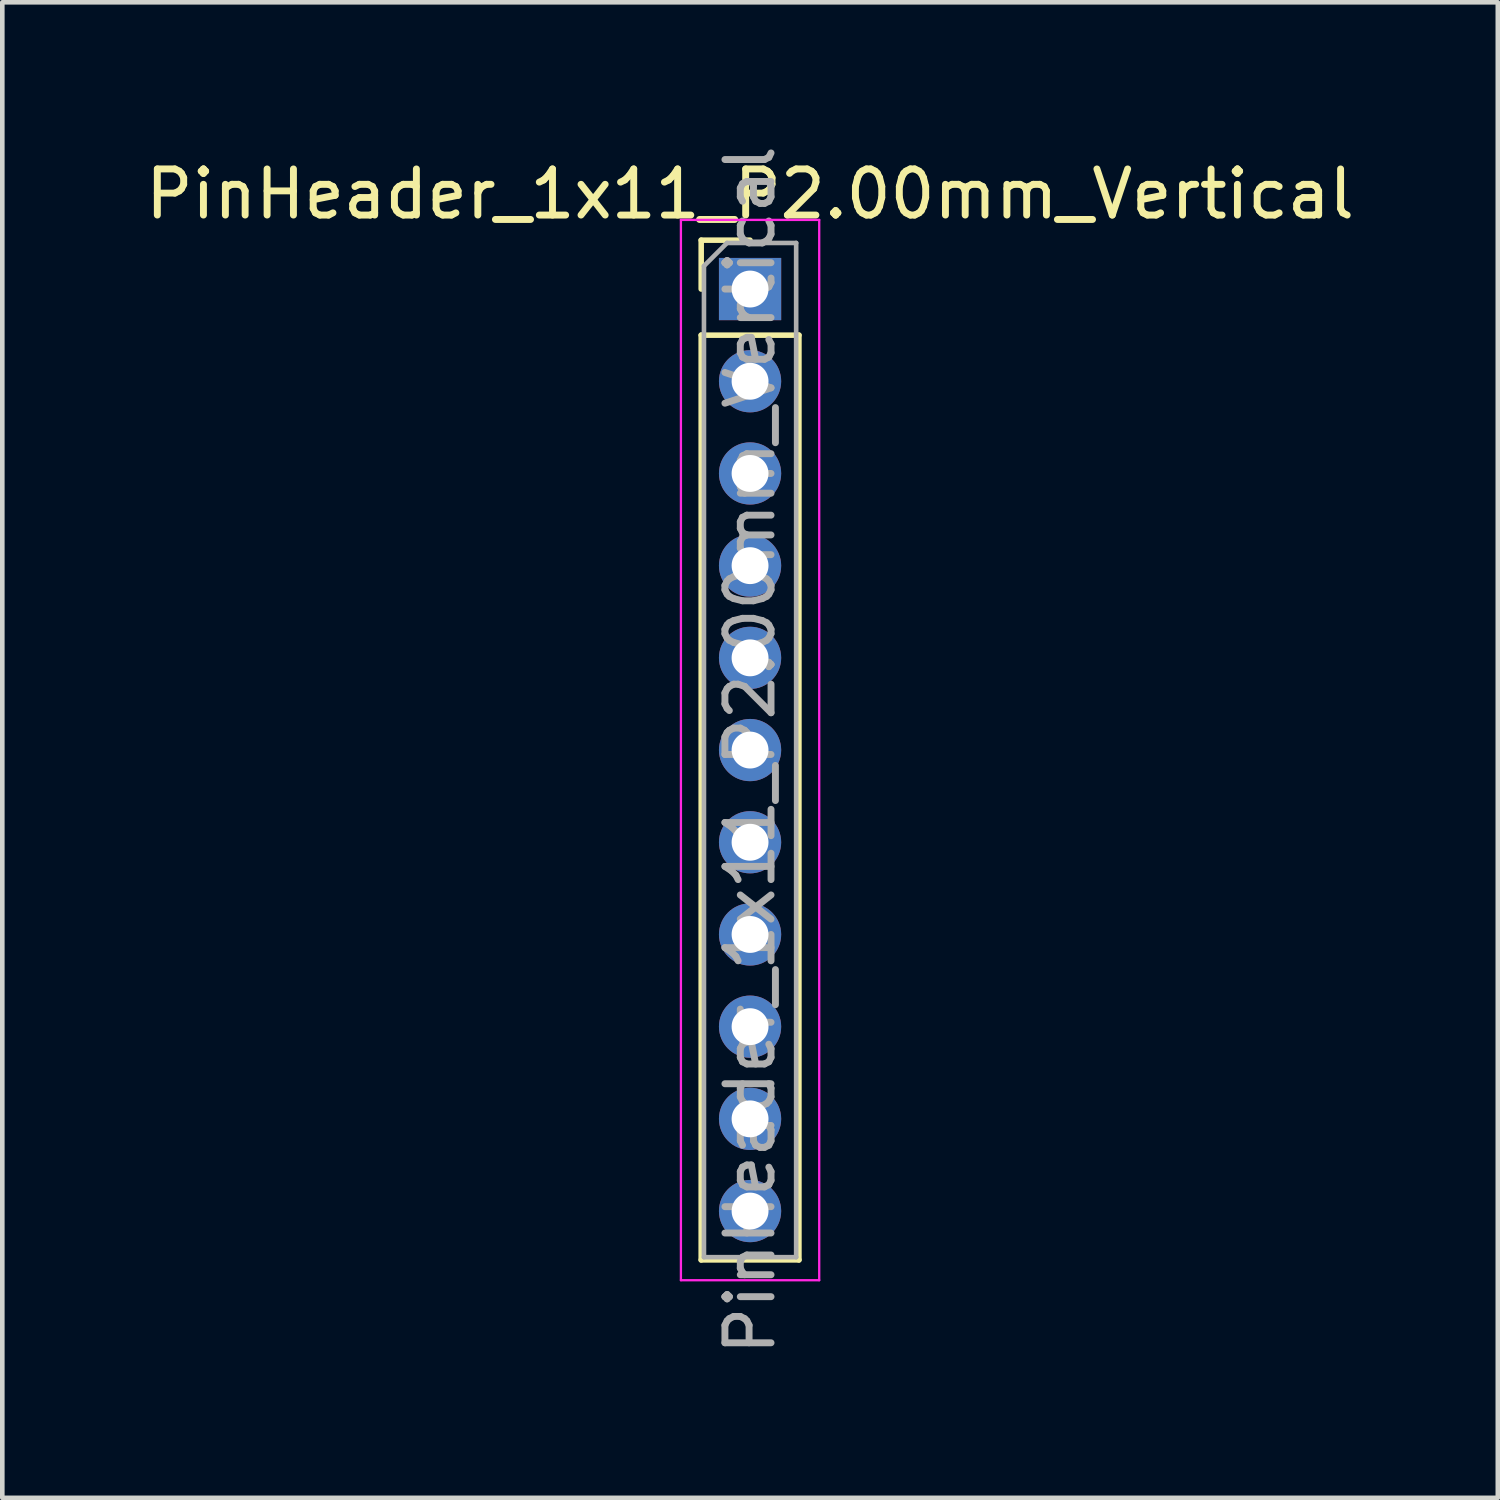
<source format=kicad_pcb>
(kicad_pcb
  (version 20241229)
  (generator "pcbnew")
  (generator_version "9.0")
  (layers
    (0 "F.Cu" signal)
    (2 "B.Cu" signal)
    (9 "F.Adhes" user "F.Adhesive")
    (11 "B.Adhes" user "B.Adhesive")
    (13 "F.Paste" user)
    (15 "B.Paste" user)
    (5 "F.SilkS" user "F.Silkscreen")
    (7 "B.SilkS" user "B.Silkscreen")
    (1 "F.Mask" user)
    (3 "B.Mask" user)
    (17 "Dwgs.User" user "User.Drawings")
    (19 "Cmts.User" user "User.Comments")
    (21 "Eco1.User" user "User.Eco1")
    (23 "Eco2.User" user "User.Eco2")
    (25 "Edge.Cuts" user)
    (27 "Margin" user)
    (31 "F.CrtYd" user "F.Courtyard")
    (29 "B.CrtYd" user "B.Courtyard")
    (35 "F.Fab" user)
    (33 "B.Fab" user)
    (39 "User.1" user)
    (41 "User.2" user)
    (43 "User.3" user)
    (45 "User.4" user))
  (footprint "PinHeader_1x11_P2.00mm_Vertical"
    (layer "F.Cu")
    (at 13.22 3.22)
    (property "Reference" "PinHeader_1x11_P2.00mm_Vertical" (at 0 -2.06 0) (layer "F.SilkS") (effects (font (size 1 1) (thickness 0.15))))
    (attr through_hole)
    (fp_line (start -1.06 -1.06) (end 0 -1.06) (stroke (width 0.12) (type solid)) (layer "F.SilkS"))
    (fp_line (start -1.06 0) (end -1.06 -1.06) (stroke (width 0.12) (type solid)) (layer "F.SilkS"))
    (fp_line (start -1.06 1) (end -1.06 21.06) (stroke (width 0.12) (type solid)) (layer "F.SilkS"))
    (fp_line (start -1.06 1) (end 1.06 1) (stroke (width 0.12) (type solid)) (layer "F.SilkS"))
    (fp_line (start -1.06 21.06) (end 1.06 21.06) (stroke (width 0.12) (type solid)) (layer "F.SilkS"))
    (fp_line (start 1.06 1) (end 1.06 21.06) (stroke (width 0.12) (type solid)) (layer "F.SilkS"))
    (fp_line (start -1.5 -1.5) (end -1.5 21.5) (stroke (width 0.05) (type solid)) (layer "F.CrtYd"))
    (fp_line (start -1.5 21.5) (end 1.5 21.5) (stroke (width 0.05) (type solid)) (layer "F.CrtYd"))
    (fp_line (start 1.5 -1.5) (end -1.5 -1.5) (stroke (width 0.05) (type solid)) (layer "F.CrtYd"))
    (fp_line (start 1.5 21.5) (end 1.5 -1.5) (stroke (width 0.05) (type solid)) (layer "F.CrtYd"))
    (fp_line (start -1 -0.5) (end -0.5 -1) (stroke (width 0.1) (type solid)) (layer "F.Fab"))
    (fp_line (start -1 21) (end -1 -0.5) (stroke (width 0.1) (type solid)) (layer "F.Fab"))
    (fp_line (start -0.5 -1) (end 1 -1) (stroke (width 0.1) (type solid)) (layer "F.Fab"))
    (fp_line (start 1 -1) (end 1 21) (stroke (width 0.1) (type solid)) (layer "F.Fab"))
    (fp_line (start 1 21) (end -1 21) (stroke (width 0.1) (type solid)) (layer "F.Fab"))
    (fp_text user "${REFERENCE}" (at 0 10 90) (layer "F.Fab") (effects (font (size 1 1) (thickness 0.15))))
    (pad "1" thru_hole rect (at 0 0) (size 1.35 1.35) (drill 0.8) (layers "*.Cu" "*.Mask"))
    (pad "2" thru_hole oval (at 0 2) (size 1.35 1.35) (drill 0.8) (layers "*.Cu" "*.Mask"))
    (pad "3" thru_hole oval (at 0 4) (size 1.35 1.35) (drill 0.8) (layers "*.Cu" "*.Mask"))
    (pad "4" thru_hole oval (at 0 6) (size 1.35 1.35) (drill 0.8) (layers "*.Cu" "*.Mask"))
    (pad "5" thru_hole oval (at 0 8) (size 1.35 1.35) (drill 0.8) (layers "*.Cu" "*.Mask"))
    (pad "6" thru_hole oval (at 0 10) (size 1.35 1.35) (drill 0.8) (layers "*.Cu" "*.Mask"))
    (pad "7" thru_hole oval (at 0 12) (size 1.35 1.35) (drill 0.8) (layers "*.Cu" "*.Mask"))
    (pad "8" thru_hole oval (at 0 14) (size 1.35 1.35) (drill 0.8) (layers "*.Cu" "*.Mask"))
    (pad "9" thru_hole oval (at 0 16) (size 1.35 1.35) (drill 0.8) (layers "*.Cu" "*.Mask"))
    (pad "10" thru_hole oval (at 0 18) (size 1.35 1.35) (drill 0.8) (layers "*.Cu" "*.Mask"))
    (pad "11" thru_hole oval (at 0 20) (size 1.35 1.35) (drill 0.8) (layers "*.Cu" "*.Mask")))
  (gr_rect
    (start -3 -3)
    (end 29.44 29.44)
    (stroke (width 0.1) (type default))
    (fill no)
    (layer "Edge.Cuts")))
</source>
